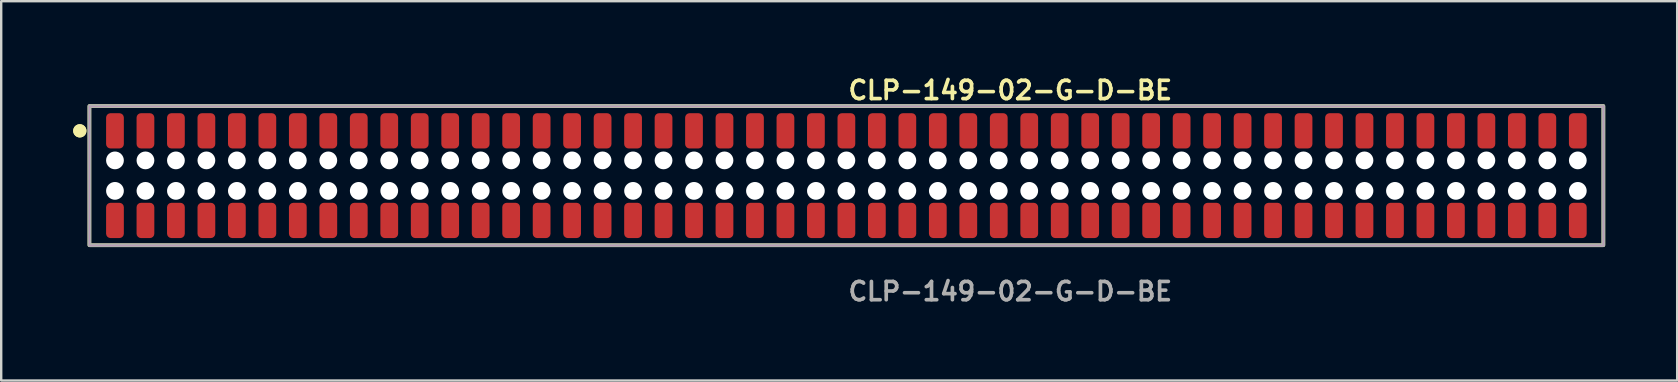
<source format=kicad_pcb>
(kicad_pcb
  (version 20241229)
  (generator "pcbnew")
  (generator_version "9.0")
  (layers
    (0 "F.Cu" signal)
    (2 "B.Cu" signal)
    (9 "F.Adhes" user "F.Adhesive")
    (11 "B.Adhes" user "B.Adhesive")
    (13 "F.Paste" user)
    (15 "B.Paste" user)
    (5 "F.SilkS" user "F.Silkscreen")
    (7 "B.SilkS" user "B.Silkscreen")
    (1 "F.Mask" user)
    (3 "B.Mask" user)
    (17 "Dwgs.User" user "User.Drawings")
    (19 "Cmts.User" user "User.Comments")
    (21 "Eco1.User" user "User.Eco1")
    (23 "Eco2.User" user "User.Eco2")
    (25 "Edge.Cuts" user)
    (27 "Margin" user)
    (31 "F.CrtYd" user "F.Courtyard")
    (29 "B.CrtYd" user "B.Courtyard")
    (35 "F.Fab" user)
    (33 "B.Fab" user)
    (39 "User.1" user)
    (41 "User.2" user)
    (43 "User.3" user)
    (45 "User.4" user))
  (footprint "CLP-149-02-G-D-BE"
    (layer "F.Cu")
    (at 32.221 4.269)
    (property "Reference" "CLP-149-02-G-D-BE" (at 0 -3.556 0) (unlocked yes) (layer "F.SilkS") (effects (font (size 0.762 0.762) (thickness 0.152)) (justify left)))
    (fp_rect (start -31.545 2.9) (end 31.545 -2.9) (stroke (width 0.152) (type solid)) (fill no) (layer "F.SilkS"))
    (fp_circle (center -31.945 -1.867) (end -32.145 -1.867) (stroke (width 0.152) (type solid)) (fill yes) (layer "F.SilkS"))
    (fp_circle (center -31.945 -1.867) (end -32.145 -1.867) (stroke (width 0.152) (type solid)) (fill yes) (layer "F.SilkS"))
    (fp_rect (start -31.545 2.9) (end 31.545 -2.9) (stroke (width 0.006) (type solid)) (fill no) (layer "F.CrtYd"))
    (fp_rect (start -31.545 2.9) (end 31.545 -2.9) (stroke (width 0.152) (type solid)) (fill no) (layer "F.Fab"))
    (fp_text user "${REFERENCE}" (at 0 4.826 0) (unlocked yes) (layer "F.Fab") (effects (font (size 0.762 0.762) (thickness 0.152)) (justify left)))
    (pad "" np_thru_hole circle (at -30.48 -0.635) (size 0.74 0.74) (drill 0.74) (layers "*.Cu" "*.Mask"))
    (pad "" np_thru_hole circle (at -30.48 0.635) (size 0.74 0.74) (drill 0.74) (layers "*.Cu" "*.Mask"))
    (pad "" np_thru_hole circle (at -29.21 -0.635) (size 0.74 0.74) (drill 0.74) (layers "*.Cu" "*.Mask"))
    (pad "" np_thru_hole circle (at -29.21 0.635) (size 0.74 0.74) (drill 0.74) (layers "*.Cu" "*.Mask"))
    (pad "" np_thru_hole circle (at -27.94 -0.635) (size 0.74 0.74) (drill 0.74) (layers "*.Cu" "*.Mask"))
    (pad "" np_thru_hole circle (at -27.94 0.635) (size 0.74 0.74) (drill 0.74) (layers "*.Cu" "*.Mask"))
    (pad "" np_thru_hole circle (at -26.67 -0.635) (size 0.74 0.74) (drill 0.74) (layers "*.Cu" "*.Mask"))
    (pad "" np_thru_hole circle (at -26.67 0.635) (size 0.74 0.74) (drill 0.74) (layers "*.Cu" "*.Mask"))
    (pad "" np_thru_hole circle (at -25.4 -0.635) (size 0.74 0.74) (drill 0.74) (layers "*.Cu" "*.Mask"))
    (pad "" np_thru_hole circle (at -25.4 0.635) (size 0.74 0.74) (drill 0.74) (layers "*.Cu" "*.Mask"))
    (pad "" np_thru_hole circle (at -24.13 -0.635) (size 0.74 0.74) (drill 0.74) (layers "*.Cu" "*.Mask"))
    (pad "" np_thru_hole circle (at -24.13 0.635) (size 0.74 0.74) (drill 0.74) (layers "*.Cu" "*.Mask"))
    (pad "" np_thru_hole circle (at -22.86 -0.635) (size 0.74 0.74) (drill 0.74) (layers "*.Cu" "*.Mask"))
    (pad "" np_thru_hole circle (at -22.86 0.635) (size 0.74 0.74) (drill 0.74) (layers "*.Cu" "*.Mask"))
    (pad "" np_thru_hole circle (at -21.59 -0.635) (size 0.74 0.74) (drill 0.74) (layers "*.Cu" "*.Mask"))
    (pad "" np_thru_hole circle (at -21.59 0.635) (size 0.74 0.74) (drill 0.74) (layers "*.Cu" "*.Mask"))
    (pad "" np_thru_hole circle (at -20.32 -0.635) (size 0.74 0.74) (drill 0.74) (layers "*.Cu" "*.Mask"))
    (pad "" np_thru_hole circle (at -20.32 0.635) (size 0.74 0.74) (drill 0.74) (layers "*.Cu" "*.Mask"))
    (pad "" np_thru_hole circle (at -19.05 -0.635) (size 0.74 0.74) (drill 0.74) (layers "*.Cu" "*.Mask"))
    (pad "" np_thru_hole circle (at -19.05 0.635) (size 0.74 0.74) (drill 0.74) (layers "*.Cu" "*.Mask"))
    (pad "" np_thru_hole circle (at -17.78 -0.635) (size 0.74 0.74) (drill 0.74) (layers "*.Cu" "*.Mask"))
    (pad "" np_thru_hole circle (at -17.78 0.635) (size 0.74 0.74) (drill 0.74) (layers "*.Cu" "*.Mask"))
    (pad "" np_thru_hole circle (at -16.51 -0.635) (size 0.74 0.74) (drill 0.74) (layers "*.Cu" "*.Mask"))
    (pad "" np_thru_hole circle (at -16.51 0.635) (size 0.74 0.74) (drill 0.74) (layers "*.Cu" "*.Mask"))
    (pad "" np_thru_hole circle (at -15.24 -0.635) (size 0.74 0.74) (drill 0.74) (layers "*.Cu" "*.Mask"))
    (pad "" np_thru_hole circle (at -15.24 0.635) (size 0.74 0.74) (drill 0.74) (layers "*.Cu" "*.Mask"))
    (pad "" np_thru_hole circle (at -13.97 -0.635) (size 0.74 0.74) (drill 0.74) (layers "*.Cu" "*.Mask"))
    (pad "" np_thru_hole circle (at -13.97 0.635) (size 0.74 0.74) (drill 0.74) (layers "*.Cu" "*.Mask"))
    (pad "" np_thru_hole circle (at -12.7 -0.635) (size 0.74 0.74) (drill 0.74) (layers "*.Cu" "*.Mask"))
    (pad "" np_thru_hole circle (at -12.7 0.635) (size 0.74 0.74) (drill 0.74) (layers "*.Cu" "*.Mask"))
    (pad "" np_thru_hole circle (at -11.43 -0.635) (size 0.74 0.74) (drill 0.74) (layers "*.Cu" "*.Mask"))
    (pad "" np_thru_hole circle (at -11.43 0.635) (size 0.74 0.74) (drill 0.74) (layers "*.Cu" "*.Mask"))
    (pad "" np_thru_hole circle (at -10.16 -0.635) (size 0.74 0.74) (drill 0.74) (layers "*.Cu" "*.Mask"))
    (pad "" np_thru_hole circle (at -10.16 0.635) (size 0.74 0.74) (drill 0.74) (layers "*.Cu" "*.Mask"))
    (pad "" np_thru_hole circle (at -8.89 -0.635) (size 0.74 0.74) (drill 0.74) (layers "*.Cu" "*.Mask"))
    (pad "" np_thru_hole circle (at -8.89 0.635) (size 0.74 0.74) (drill 0.74) (layers "*.Cu" "*.Mask"))
    (pad "" np_thru_hole circle (at -7.62 -0.635) (size 0.74 0.74) (drill 0.74) (layers "*.Cu" "*.Mask"))
    (pad "" np_thru_hole circle (at -7.62 0.635) (size 0.74 0.74) (drill 0.74) (layers "*.Cu" "*.Mask"))
    (pad "" np_thru_hole circle (at -6.35 -0.635) (size 0.74 0.74) (drill 0.74) (layers "*.Cu" "*.Mask"))
    (pad "" np_thru_hole circle (at -6.35 0.635) (size 0.74 0.74) (drill 0.74) (layers "*.Cu" "*.Mask"))
    (pad "" np_thru_hole circle (at -5.08 -0.635) (size 0.74 0.74) (drill 0.74) (layers "*.Cu" "*.Mask"))
    (pad "" np_thru_hole circle (at -5.08 0.635) (size 0.74 0.74) (drill 0.74) (layers "*.Cu" "*.Mask"))
    (pad "" np_thru_hole circle (at -3.81 -0.635) (size 0.74 0.74) (drill 0.74) (layers "*.Cu" "*.Mask"))
    (pad "" np_thru_hole circle (at -3.81 0.635) (size 0.74 0.74) (drill 0.74) (layers "*.Cu" "*.Mask"))
    (pad "" np_thru_hole circle (at -2.54 -0.635) (size 0.74 0.74) (drill 0.74) (layers "*.Cu" "*.Mask"))
    (pad "" np_thru_hole circle (at -2.54 0.635) (size 0.74 0.74) (drill 0.74) (layers "*.Cu" "*.Mask"))
    (pad "" np_thru_hole circle (at -1.27 -0.635) (size 0.74 0.74) (drill 0.74) (layers "*.Cu" "*.Mask"))
    (pad "" np_thru_hole circle (at -1.27 0.635) (size 0.74 0.74) (drill 0.74) (layers "*.Cu" "*.Mask"))
    (pad "" np_thru_hole circle (at 0 -0.635) (size 0.74 0.74) (drill 0.74) (layers "*.Cu" "*.Mask"))
    (pad "" np_thru_hole circle (at 0 0.635) (size 0.74 0.74) (drill 0.74) (layers "*.Cu" "*.Mask"))
    (pad "" np_thru_hole circle (at 1.27 -0.635) (size 0.74 0.74) (drill 0.74) (layers "*.Cu" "*.Mask"))
    (pad "" np_thru_hole circle (at 1.27 0.635) (size 0.74 0.74) (drill 0.74) (layers "*.Cu" "*.Mask"))
    (pad "" np_thru_hole circle (at 2.54 -0.635) (size 0.74 0.74) (drill 0.74) (layers "*.Cu" "*.Mask"))
    (pad "" np_thru_hole circle (at 2.54 0.635) (size 0.74 0.74) (drill 0.74) (layers "*.Cu" "*.Mask"))
    (pad "" np_thru_hole circle (at 3.81 -0.635) (size 0.74 0.74) (drill 0.74) (layers "*.Cu" "*.Mask"))
    (pad "" np_thru_hole circle (at 3.81 0.635) (size 0.74 0.74) (drill 0.74) (layers "*.Cu" "*.Mask"))
    (pad "" np_thru_hole circle (at 5.08 -0.635) (size 0.74 0.74) (drill 0.74) (layers "*.Cu" "*.Mask"))
    (pad "" np_thru_hole circle (at 5.08 0.635) (size 0.74 0.74) (drill 0.74) (layers "*.Cu" "*.Mask"))
    (pad "" np_thru_hole circle (at 6.35 -0.635) (size 0.74 0.74) (drill 0.74) (layers "*.Cu" "*.Mask"))
    (pad "" np_thru_hole circle (at 6.35 0.635) (size 0.74 0.74) (drill 0.74) (layers "*.Cu" "*.Mask"))
    (pad "" np_thru_hole circle (at 7.62 -0.635) (size 0.74 0.74) (drill 0.74) (layers "*.Cu" "*.Mask"))
    (pad "" np_thru_hole circle (at 7.62 0.635) (size 0.74 0.74) (drill 0.74) (layers "*.Cu" "*.Mask"))
    (pad "" np_thru_hole circle (at 8.89 -0.635) (size 0.74 0.74) (drill 0.74) (layers "*.Cu" "*.Mask"))
    (pad "" np_thru_hole circle (at 8.89 0.635) (size 0.74 0.74) (drill 0.74) (layers "*.Cu" "*.Mask"))
    (pad "" np_thru_hole circle (at 10.16 -0.635) (size 0.74 0.74) (drill 0.74) (layers "*.Cu" "*.Mask"))
    (pad "" np_thru_hole circle (at 10.16 0.635) (size 0.74 0.74) (drill 0.74) (layers "*.Cu" "*.Mask"))
    (pad "" np_thru_hole circle (at 11.43 -0.635) (size 0.74 0.74) (drill 0.74) (layers "*.Cu" "*.Mask"))
    (pad "" np_thru_hole circle (at 11.43 0.635) (size 0.74 0.74) (drill 0.74) (layers "*.Cu" "*.Mask"))
    (pad "" np_thru_hole circle (at 12.7 -0.635) (size 0.74 0.74) (drill 0.74) (layers "*.Cu" "*.Mask"))
    (pad "" np_thru_hole circle (at 12.7 0.635) (size 0.74 0.74) (drill 0.74) (layers "*.Cu" "*.Mask"))
    (pad "" np_thru_hole circle (at 13.97 -0.635) (size 0.74 0.74) (drill 0.74) (layers "*.Cu" "*.Mask"))
    (pad "" np_thru_hole circle (at 13.97 0.635) (size 0.74 0.74) (drill 0.74) (layers "*.Cu" "*.Mask"))
    (pad "" np_thru_hole circle (at 15.24 -0.635) (size 0.74 0.74) (drill 0.74) (layers "*.Cu" "*.Mask"))
    (pad "" np_thru_hole circle (at 15.24 0.635) (size 0.74 0.74) (drill 0.74) (layers "*.Cu" "*.Mask"))
    (pad "" np_thru_hole circle (at 16.51 -0.635) (size 0.74 0.74) (drill 0.74) (layers "*.Cu" "*.Mask"))
    (pad "" np_thru_hole circle (at 16.51 0.635) (size 0.74 0.74) (drill 0.74) (layers "*.Cu" "*.Mask"))
    (pad "" np_thru_hole circle (at 17.78 -0.635) (size 0.74 0.74) (drill 0.74) (layers "*.Cu" "*.Mask"))
    (pad "" np_thru_hole circle (at 17.78 0.635) (size 0.74 0.74) (drill 0.74) (layers "*.Cu" "*.Mask"))
    (pad "" np_thru_hole circle (at 19.05 -0.635) (size 0.74 0.74) (drill 0.74) (layers "*.Cu" "*.Mask"))
    (pad "" np_thru_hole circle (at 19.05 0.635) (size 0.74 0.74) (drill 0.74) (layers "*.Cu" "*.Mask"))
    (pad "" np_thru_hole circle (at 20.32 -0.635) (size 0.74 0.74) (drill 0.74) (layers "*.Cu" "*.Mask"))
    (pad "" np_thru_hole circle (at 20.32 0.635) (size 0.74 0.74) (drill 0.74) (layers "*.Cu" "*.Mask"))
    (pad "" np_thru_hole circle (at 21.59 -0.635) (size 0.74 0.74) (drill 0.74) (layers "*.Cu" "*.Mask"))
    (pad "" np_thru_hole circle (at 21.59 0.635) (size 0.74 0.74) (drill 0.74) (layers "*.Cu" "*.Mask"))
    (pad "" np_thru_hole circle (at 22.86 -0.635) (size 0.74 0.74) (drill 0.74) (layers "*.Cu" "*.Mask"))
    (pad "" np_thru_hole circle (at 22.86 0.635) (size 0.74 0.74) (drill 0.74) (layers "*.Cu" "*.Mask"))
    (pad "" np_thru_hole circle (at 24.13 -0.635) (size 0.74 0.74) (drill 0.74) (layers "*.Cu" "*.Mask"))
    (pad "" np_thru_hole circle (at 24.13 0.635) (size 0.74 0.74) (drill 0.74) (layers "*.Cu" "*.Mask"))
    (pad "" np_thru_hole circle (at 25.4 -0.635) (size 0.74 0.74) (drill 0.74) (layers "*.Cu" "*.Mask"))
    (pad "" np_thru_hole circle (at 25.4 0.635) (size 0.74 0.74) (drill 0.74) (layers "*.Cu" "*.Mask"))
    (pad "" np_thru_hole circle (at 26.67 -0.635) (size 0.74 0.74) (drill 0.74) (layers "*.Cu" "*.Mask"))
    (pad "" np_thru_hole circle (at 26.67 0.635) (size 0.74 0.74) (drill 0.74) (layers "*.Cu" "*.Mask"))
    (pad "" np_thru_hole circle (at 27.94 -0.635) (size 0.74 0.74) (drill 0.74) (layers "*.Cu" "*.Mask"))
    (pad "" np_thru_hole circle (at 27.94 0.635) (size 0.74 0.74) (drill 0.74) (layers "*.Cu" "*.Mask"))
    (pad "" np_thru_hole circle (at 29.21 -0.635) (size 0.74 0.74) (drill 0.74) (layers "*.Cu" "*.Mask"))
    (pad "" np_thru_hole circle (at 29.21 0.635) (size 0.74 0.74) (drill 0.74) (layers "*.Cu" "*.Mask"))
    (pad "" np_thru_hole circle (at 30.48 -0.635) (size 0.74 0.74) (drill 0.74) (layers "*.Cu" "*.Mask"))
    (pad "" np_thru_hole circle (at 30.48 0.635) (size 0.74 0.74) (drill 0.74) (layers "*.Cu" "*.Mask"))
    (pad "1" smd roundrect (at -30.48 -1.867) (size 0.74 1.47) (layers "F.Cu" "F.Paste") (roundrect_rratio 0.25))
    (pad "2" smd roundrect (at -30.48 1.867) (size 0.74 1.47) (layers "F.Cu" "F.Paste") (roundrect_rratio 0.25))
    (pad "3" smd roundrect (at -29.21 -1.867) (size 0.74 1.47) (layers "F.Cu" "F.Paste") (roundrect_rratio 0.25))
    (pad "4" smd roundrect (at -29.21 1.867) (size 0.74 1.47) (layers "F.Cu" "F.Paste") (roundrect_rratio 0.25))
    (pad "5" smd roundrect (at -27.94 -1.867) (size 0.74 1.47) (layers "F.Cu" "F.Paste") (roundrect_rratio 0.25))
    (pad "6" smd roundrect (at -27.94 1.867) (size 0.74 1.47) (layers "F.Cu" "F.Paste") (roundrect_rratio 0.25))
    (pad "7" smd roundrect (at -26.67 -1.867) (size 0.74 1.47) (layers "F.Cu" "F.Paste") (roundrect_rratio 0.25))
    (pad "8" smd roundrect (at -26.67 1.867) (size 0.74 1.47) (layers "F.Cu" "F.Paste") (roundrect_rratio 0.25))
    (pad "9" smd roundrect (at -25.4 -1.867) (size 0.74 1.47) (layers "F.Cu" "F.Paste") (roundrect_rratio 0.25))
    (pad "10" smd roundrect (at -25.4 1.867) (size 0.74 1.47) (layers "F.Cu" "F.Paste") (roundrect_rratio 0.25))
    (pad "11" smd roundrect (at -24.13 -1.867) (size 0.74 1.47) (layers "F.Cu" "F.Paste") (roundrect_rratio 0.25))
    (pad "12" smd roundrect (at -24.13 1.867) (size 0.74 1.47) (layers "F.Cu" "F.Paste") (roundrect_rratio 0.25))
    (pad "13" smd roundrect (at -22.86 -1.867) (size 0.74 1.47) (layers "F.Cu" "F.Paste") (roundrect_rratio 0.25))
    (pad "14" smd roundrect (at -22.86 1.867) (size 0.74 1.47) (layers "F.Cu" "F.Paste") (roundrect_rratio 0.25))
    (pad "15" smd roundrect (at -21.59 -1.867) (size 0.74 1.47) (layers "F.Cu" "F.Paste") (roundrect_rratio 0.25))
    (pad "16" smd roundrect (at -21.59 1.867) (size 0.74 1.47) (layers "F.Cu" "F.Paste") (roundrect_rratio 0.25))
    (pad "17" smd roundrect (at -20.32 -1.867) (size 0.74 1.47) (layers "F.Cu" "F.Paste") (roundrect_rratio 0.25))
    (pad "18" smd roundrect (at -20.32 1.867) (size 0.74 1.47) (layers "F.Cu" "F.Paste") (roundrect_rratio 0.25))
    (pad "19" smd roundrect (at -19.05 -1.867) (size 0.74 1.47) (layers "F.Cu" "F.Paste") (roundrect_rratio 0.25))
    (pad "20" smd roundrect (at -19.05 1.867) (size 0.74 1.47) (layers "F.Cu" "F.Paste") (roundrect_rratio 0.25))
    (pad "21" smd roundrect (at -17.78 -1.867) (size 0.74 1.47) (layers "F.Cu" "F.Paste") (roundrect_rratio 0.25))
    (pad "22" smd roundrect (at -17.78 1.867) (size 0.74 1.47) (layers "F.Cu" "F.Paste") (roundrect_rratio 0.25))
    (pad "23" smd roundrect (at -16.51 -1.867) (size 0.74 1.47) (layers "F.Cu" "F.Paste") (roundrect_rratio 0.25))
    (pad "24" smd roundrect (at -16.51 1.867) (size 0.74 1.47) (layers "F.Cu" "F.Paste") (roundrect_rratio 0.25))
    (pad "25" smd roundrect (at -15.24 -1.867) (size 0.74 1.47) (layers "F.Cu" "F.Paste") (roundrect_rratio 0.25))
    (pad "26" smd roundrect (at -15.24 1.867) (size 0.74 1.47) (layers "F.Cu" "F.Paste") (roundrect_rratio 0.25))
    (pad "27" smd roundrect (at -13.97 -1.867) (size 0.74 1.47) (layers "F.Cu" "F.Paste") (roundrect_rratio 0.25))
    (pad "28" smd roundrect (at -13.97 1.867) (size 0.74 1.47) (layers "F.Cu" "F.Paste") (roundrect_rratio 0.25))
    (pad "29" smd roundrect (at -12.7 -1.867) (size 0.74 1.47) (layers "F.Cu" "F.Paste") (roundrect_rratio 0.25))
    (pad "30" smd roundrect (at -12.7 1.867) (size 0.74 1.47) (layers "F.Cu" "F.Paste") (roundrect_rratio 0.25))
    (pad "31" smd roundrect (at -11.43 -1.867) (size 0.74 1.47) (layers "F.Cu" "F.Paste") (roundrect_rratio 0.25))
    (pad "32" smd roundrect (at -11.43 1.867) (size 0.74 1.47) (layers "F.Cu" "F.Paste") (roundrect_rratio 0.25))
    (pad "33" smd roundrect (at -10.16 -1.867) (size 0.74 1.47) (layers "F.Cu" "F.Paste") (roundrect_rratio 0.25))
    (pad "34" smd roundrect (at -10.16 1.867) (size 0.74 1.47) (layers "F.Cu" "F.Paste") (roundrect_rratio 0.25))
    (pad "35" smd roundrect (at -8.89 -1.867) (size 0.74 1.47) (layers "F.Cu" "F.Paste") (roundrect_rratio 0.25))
    (pad "36" smd roundrect (at -8.89 1.867) (size 0.74 1.47) (layers "F.Cu" "F.Paste") (roundrect_rratio 0.25))
    (pad "37" smd roundrect (at -7.62 -1.867) (size 0.74 1.47) (layers "F.Cu" "F.Paste") (roundrect_rratio 0.25))
    (pad "38" smd roundrect (at -7.62 1.867) (size 0.74 1.47) (layers "F.Cu" "F.Paste") (roundrect_rratio 0.25))
    (pad "39" smd roundrect (at -6.35 -1.867) (size 0.74 1.47) (layers "F.Cu" "F.Paste") (roundrect_rratio 0.25))
    (pad "40" smd roundrect (at -6.35 1.867) (size 0.74 1.47) (layers "F.Cu" "F.Paste") (roundrect_rratio 0.25))
    (pad "41" smd roundrect (at -5.08 -1.867) (size 0.74 1.47) (layers "F.Cu" "F.Paste") (roundrect_rratio 0.25))
    (pad "42" smd roundrect (at -5.08 1.867) (size 0.74 1.47) (layers "F.Cu" "F.Paste") (roundrect_rratio 0.25))
    (pad "43" smd roundrect (at -3.81 -1.867) (size 0.74 1.47) (layers "F.Cu" "F.Paste") (roundrect_rratio 0.25))
    (pad "44" smd roundrect (at -3.81 1.867) (size 0.74 1.47) (layers "F.Cu" "F.Paste") (roundrect_rratio 0.25))
    (pad "45" smd roundrect (at -2.54 -1.867) (size 0.74 1.47) (layers "F.Cu" "F.Paste") (roundrect_rratio 0.25))
    (pad "46" smd roundrect (at -2.54 1.867) (size 0.74 1.47) (layers "F.Cu" "F.Paste") (roundrect_rratio 0.25))
    (pad "47" smd roundrect (at -1.27 -1.867) (size 0.74 1.47) (layers "F.Cu" "F.Paste") (roundrect_rratio 0.25))
    (pad "48" smd roundrect (at -1.27 1.867) (size 0.74 1.47) (layers "F.Cu" "F.Paste") (roundrect_rratio 0.25))
    (pad "49" smd roundrect (at 0 -1.867) (size 0.74 1.47) (layers "F.Cu" "F.Paste") (roundrect_rratio 0.25))
    (pad "50" smd roundrect (at 0 1.867) (size 0.74 1.47) (layers "F.Cu" "F.Paste") (roundrect_rratio 0.25))
    (pad "51" smd roundrect (at 1.27 -1.867) (size 0.74 1.47) (layers "F.Cu" "F.Paste") (roundrect_rratio 0.25))
    (pad "52" smd roundrect (at 1.27 1.867) (size 0.74 1.47) (layers "F.Cu" "F.Paste") (roundrect_rratio 0.25))
    (pad "53" smd roundrect (at 2.54 -1.867) (size 0.74 1.47) (layers "F.Cu" "F.Paste") (roundrect_rratio 0.25))
    (pad "54" smd roundrect (at 2.54 1.867) (size 0.74 1.47) (layers "F.Cu" "F.Paste") (roundrect_rratio 0.25))
    (pad "55" smd roundrect (at 3.81 -1.867) (size 0.74 1.47) (layers "F.Cu" "F.Paste") (roundrect_rratio 0.25))
    (pad "56" smd roundrect (at 3.81 1.867) (size 0.74 1.47) (layers "F.Cu" "F.Paste") (roundrect_rratio 0.25))
    (pad "57" smd roundrect (at 5.08 -1.867) (size 0.74 1.47) (layers "F.Cu" "F.Paste") (roundrect_rratio 0.25))
    (pad "58" smd roundrect (at 5.08 1.867) (size 0.74 1.47) (layers "F.Cu" "F.Paste") (roundrect_rratio 0.25))
    (pad "59" smd roundrect (at 6.35 -1.867) (size 0.74 1.47) (layers "F.Cu" "F.Paste") (roundrect_rratio 0.25))
    (pad "60" smd roundrect (at 6.35 1.867) (size 0.74 1.47) (layers "F.Cu" "F.Paste") (roundrect_rratio 0.25))
    (pad "61" smd roundrect (at 7.62 -1.867) (size 0.74 1.47) (layers "F.Cu" "F.Paste") (roundrect_rratio 0.25))
    (pad "62" smd roundrect (at 7.62 1.867) (size 0.74 1.47) (layers "F.Cu" "F.Paste") (roundrect_rratio 0.25))
    (pad "63" smd roundrect (at 8.89 -1.867) (size 0.74 1.47) (layers "F.Cu" "F.Paste") (roundrect_rratio 0.25))
    (pad "64" smd roundrect (at 8.89 1.867) (size 0.74 1.47) (layers "F.Cu" "F.Paste") (roundrect_rratio 0.25))
    (pad "65" smd roundrect (at 10.16 -1.867) (size 0.74 1.47) (layers "F.Cu" "F.Paste") (roundrect_rratio 0.25))
    (pad "66" smd roundrect (at 10.16 1.867) (size 0.74 1.47) (layers "F.Cu" "F.Paste") (roundrect_rratio 0.25))
    (pad "67" smd roundrect (at 11.43 -1.867) (size 0.74 1.47) (layers "F.Cu" "F.Paste") (roundrect_rratio 0.25))
    (pad "68" smd roundrect (at 11.43 1.867) (size 0.74 1.47) (layers "F.Cu" "F.Paste") (roundrect_rratio 0.25))
    (pad "69" smd roundrect (at 12.7 -1.867) (size 0.74 1.47) (layers "F.Cu" "F.Paste") (roundrect_rratio 0.25))
    (pad "70" smd roundrect (at 12.7 1.867) (size 0.74 1.47) (layers "F.Cu" "F.Paste") (roundrect_rratio 0.25))
    (pad "71" smd roundrect (at 13.97 -1.867) (size 0.74 1.47) (layers "F.Cu" "F.Paste") (roundrect_rratio 0.25))
    (pad "72" smd roundrect (at 13.97 1.867) (size 0.74 1.47) (layers "F.Cu" "F.Paste") (roundrect_rratio 0.25))
    (pad "73" smd roundrect (at 15.24 -1.867) (size 0.74 1.47) (layers "F.Cu" "F.Paste") (roundrect_rratio 0.25))
    (pad "74" smd roundrect (at 15.24 1.867) (size 0.74 1.47) (layers "F.Cu" "F.Paste") (roundrect_rratio 0.25))
    (pad "75" smd roundrect (at 16.51 -1.867) (size 0.74 1.47) (layers "F.Cu" "F.Paste") (roundrect_rratio 0.25))
    (pad "76" smd roundrect (at 16.51 1.867) (size 0.74 1.47) (layers "F.Cu" "F.Paste") (roundrect_rratio 0.25))
    (pad "77" smd roundrect (at 17.78 -1.867) (size 0.74 1.47) (layers "F.Cu" "F.Paste") (roundrect_rratio 0.25))
    (pad "78" smd roundrect (at 17.78 1.867) (size 0.74 1.47) (layers "F.Cu" "F.Paste") (roundrect_rratio 0.25))
    (pad "79" smd roundrect (at 19.05 -1.867) (size 0.74 1.47) (layers "F.Cu" "F.Paste") (roundrect_rratio 0.25))
    (pad "80" smd roundrect (at 19.05 1.867) (size 0.74 1.47) (layers "F.Cu" "F.Paste") (roundrect_rratio 0.25))
    (pad "81" smd roundrect (at 20.32 -1.867) (size 0.74 1.47) (layers "F.Cu" "F.Paste") (roundrect_rratio 0.25))
    (pad "82" smd roundrect (at 20.32 1.867) (size 0.74 1.47) (layers "F.Cu" "F.Paste") (roundrect_rratio 0.25))
    (pad "83" smd roundrect (at 21.59 -1.867) (size 0.74 1.47) (layers "F.Cu" "F.Paste") (roundrect_rratio 0.25))
    (pad "84" smd roundrect (at 21.59 1.867) (size 0.74 1.47) (layers "F.Cu" "F.Paste") (roundrect_rratio 0.25))
    (pad "85" smd roundrect (at 22.86 -1.867) (size 0.74 1.47) (layers "F.Cu" "F.Paste") (roundrect_rratio 0.25))
    (pad "86" smd roundrect (at 22.86 1.867) (size 0.74 1.47) (layers "F.Cu" "F.Paste") (roundrect_rratio 0.25))
    (pad "87" smd roundrect (at 24.13 -1.867) (size 0.74 1.47) (layers "F.Cu" "F.Paste") (roundrect_rratio 0.25))
    (pad "88" smd roundrect (at 24.13 1.867) (size 0.74 1.47) (layers "F.Cu" "F.Paste") (roundrect_rratio 0.25))
    (pad "89" smd roundrect (at 25.4 -1.867) (size 0.74 1.47) (layers "F.Cu" "F.Paste") (roundrect_rratio 0.25))
    (pad "90" smd roundrect (at 25.4 1.867) (size 0.74 1.47) (layers "F.Cu" "F.Paste") (roundrect_rratio 0.25))
    (pad "91" smd roundrect (at 26.67 -1.867) (size 0.74 1.47) (layers "F.Cu" "F.Paste") (roundrect_rratio 0.25))
    (pad "92" smd roundrect (at 26.67 1.867) (size 0.74 1.47) (layers "F.Cu" "F.Paste") (roundrect_rratio 0.25))
    (pad "93" smd roundrect (at 27.94 -1.867) (size 0.74 1.47) (layers "F.Cu" "F.Paste") (roundrect_rratio 0.25))
    (pad "94" smd roundrect (at 27.94 1.867) (size 0.74 1.47) (layers "F.Cu" "F.Paste") (roundrect_rratio 0.25))
    (pad "95" smd roundrect (at 29.21 -1.867) (size 0.74 1.47) (layers "F.Cu" "F.Paste") (roundrect_rratio 0.25))
    (pad "96" smd roundrect (at 29.21 1.867) (size 0.74 1.47) (layers "F.Cu" "F.Paste") (roundrect_rratio 0.25))
    (pad "97" smd roundrect (at 30.48 -1.867) (size 0.74 1.47) (layers "F.Cu" "F.Paste") (roundrect_rratio 0.25))
    (pad "98" smd roundrect (at 30.48 1.867) (size 0.74 1.47) (layers "F.Cu" "F.Paste") (roundrect_rratio 0.25)))
  (gr_rect
    (start -3 -3)
    (end 66.842 12.808)
    (stroke (width 0.1) (type default))
    (fill no)
    (layer "Edge.Cuts")))
</source>
